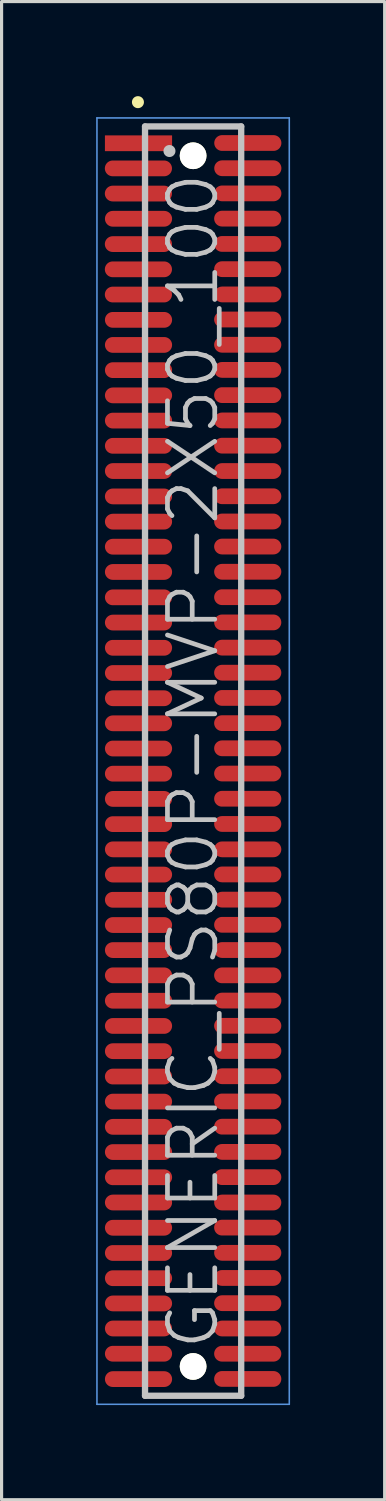
<source format=kicad_pcb>
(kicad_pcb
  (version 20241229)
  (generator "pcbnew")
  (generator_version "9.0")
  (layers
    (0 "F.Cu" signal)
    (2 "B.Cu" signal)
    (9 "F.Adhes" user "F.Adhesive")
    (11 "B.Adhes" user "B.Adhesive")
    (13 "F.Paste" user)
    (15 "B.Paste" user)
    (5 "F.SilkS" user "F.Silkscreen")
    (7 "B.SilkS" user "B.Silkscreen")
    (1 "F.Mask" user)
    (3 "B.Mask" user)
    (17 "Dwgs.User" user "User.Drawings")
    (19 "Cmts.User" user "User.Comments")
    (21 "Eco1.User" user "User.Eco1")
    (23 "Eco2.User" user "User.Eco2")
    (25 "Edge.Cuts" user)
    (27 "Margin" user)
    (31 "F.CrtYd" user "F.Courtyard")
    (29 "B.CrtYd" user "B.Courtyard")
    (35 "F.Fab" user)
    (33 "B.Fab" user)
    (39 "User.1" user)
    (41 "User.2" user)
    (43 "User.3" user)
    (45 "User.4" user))
  (footprint "GENERIC_PS80P-MVP-2X50_100"
    (layer "F.Cu")
    (at 3.075 21.09)
    (property "Reference" "GENERIC_PS80P-MVP-2X50_100" (at 0 0 90) (layer "Dwgs.User") (effects (font (size 1.5 1.5) (thickness 0.15))))
    (attr smd)
    (fp_line (start -1.75 -20.9) (end -1.75 -20.9) (stroke (width 0.381) (type solid)) (layer "F.SilkS"))
    (fp_line (start -1.525 -20.13) (end -1.525 20.13) (stroke (width 0.2) (type solid)) (layer "Dwgs.User"))
    (fp_line (start -1.525 -20.13) (end 1.525 -20.13) (stroke (width 0.2) (type solid)) (layer "Dwgs.User"))
    (fp_line (start -1.525 20.13) (end 1.525 20.13) (stroke (width 0.2) (type solid)) (layer "Dwgs.User"))
    (fp_line (start -0.75 -19.35) (end -0.75 -19.35) (stroke (width 0.381) (type solid)) (layer "Dwgs.User"))
    (fp_line (start 1.525 -20.13) (end 1.525 20.13) (stroke (width 0.2) (type solid)) (layer "Dwgs.User"))
    (fp_line (start -3.05 -20.4) (end -3.05 20.4) (stroke (width 0.05) (type solid)) (layer "Cmts.User"))
    (fp_line (start -3.05 -20.4) (end 3.05 -20.4) (stroke (width 0.05) (type solid)) (layer "Cmts.User"))
    (fp_line (start -3.05 20.4) (end 3.05 20.4) (stroke (width 0.05) (type solid)) (layer "Cmts.User"))
    (fp_line (start 3.05 -20.4) (end 3.05 20.4) (stroke (width 0.05) (type solid)) (layer "Cmts.User"))
    (pad "" np_thru_hole circle (at 0 -19.2 270) (size 0.848 0.848) (drill 0.848) (layers "*.Cu" "*.Mask" "F.SilkS"))
    (pad "" np_thru_hole circle (at 0 19.2 270) (size 0.848 0.848) (drill 0.848) (layers "*.Cu" "*.Mask" "F.SilkS"))
    (pad "1" smd rect (at -1.732 -19.596 270) (size 0.5 2.13) (layers "F.Cu" "F.Mask" "F.Paste"))
    (pad "2" smd oval (at 1.735 -19.604 270) (size 0.5 2.13) (layers "F.Cu" "F.Mask" "F.Paste"))
    (pad "3" smd oval (at -1.735 -18.799 270) (size 0.5 2.13) (layers "F.Cu" "F.Mask" "F.Paste"))
    (pad "4" smd oval (at 1.735 -18.804 270) (size 0.5 2.13) (layers "F.Cu" "F.Mask" "F.Paste"))
    (pad "5" smd oval (at -1.735 -18.001 270) (size 0.5 2.13) (layers "F.Cu" "F.Mask" "F.Paste"))
    (pad "6" smd oval (at 1.735 -18.006 270) (size 0.5 2.13) (layers "F.Cu" "F.Mask" "F.Paste"))
    (pad "7" smd oval (at -1.732 -17.201 270) (size 0.5 2.13) (layers "F.Cu" "F.Mask" "F.Paste"))
    (pad "8" smd oval (at 1.732 -17.206 270) (size 0.5 2.13) (layers "F.Cu" "F.Mask" "F.Paste"))
    (pad "9" smd oval (at -1.735 -16.398 270) (size 0.5 2.13) (layers "F.Cu" "F.Mask" "F.Paste"))
    (pad "10" smd oval (at 1.732 -16.403 270) (size 0.5 2.13) (layers "F.Cu" "F.Mask" "F.Paste"))
    (pad "11" smd oval (at -1.735 -15.598 270) (size 0.5 2.13) (layers "F.Cu" "F.Mask" "F.Paste"))
    (pad "12" smd oval (at 1.732 -15.603 270) (size 0.5 2.13) (layers "F.Cu" "F.Mask" "F.Paste"))
    (pad "13" smd oval (at -1.735 -14.798 270) (size 0.5 2.13) (layers "F.Cu" "F.Mask" "F.Paste"))
    (pad "14" smd oval (at 1.735 -14.801 270) (size 0.5 2.13) (layers "F.Cu" "F.Mask" "F.Paste"))
    (pad "15" smd oval (at -1.732 -13.995 270) (size 0.5 2.13) (layers "F.Cu" "F.Mask" "F.Paste"))
    (pad "16" smd oval (at 1.732 -14.006 270) (size 0.5 2.13) (layers "F.Cu" "F.Mask" "F.Paste"))
    (pad "17" smd oval (at -1.732 -13.2 270) (size 0.5 2.13) (layers "F.Cu" "F.Mask" "F.Paste"))
    (pad "18" smd oval (at 1.732 -13.205 270) (size 0.5 2.13) (layers "F.Cu" "F.Mask" "F.Paste"))
    (pad "19" smd oval (at -1.732 -12.4 270) (size 0.5 2.13) (layers "F.Cu" "F.Mask" "F.Paste"))
    (pad "20" smd oval (at 1.732 -12.408 270) (size 0.5 2.13) (layers "F.Cu" "F.Mask" "F.Paste"))
    (pad "21" smd oval (at -1.732 -11.6 270) (size 0.5 2.13) (layers "F.Cu" "F.Mask" "F.Paste"))
    (pad "22" smd oval (at 1.732 -11.608 270) (size 0.5 2.13) (layers "F.Cu" "F.Mask" "F.Paste"))
    (pad "23" smd oval (at -1.732 -10.8 270) (size 0.5 2.13) (layers "F.Cu" "F.Mask" "F.Paste"))
    (pad "24" smd oval (at 1.732 -10.805 270) (size 0.5 2.13) (layers "F.Cu" "F.Mask" "F.Paste"))
    (pad "25" smd oval (at -1.732 -10 270) (size 0.5 2.13) (layers "F.Cu" "F.Mask" "F.Paste"))
    (pad "26" smd oval (at 1.732 -10.005 270) (size 0.5 2.13) (layers "F.Cu" "F.Mask" "F.Paste"))
    (pad "27" smd oval (at -1.732 -9.2 270) (size 0.5 2.13) (layers "F.Cu" "F.Mask" "F.Paste"))
    (pad "28" smd oval (at 1.732 -9.2 270) (size 0.5 2.13) (layers "F.Cu" "F.Mask" "F.Paste"))
    (pad "29" smd oval (at -1.732 -8.395 270) (size 0.5 2.13) (layers "F.Cu" "F.Mask" "F.Paste"))
    (pad "30" smd oval (at 1.732 -8.4 270) (size 0.5 2.13) (layers "F.Cu" "F.Mask" "F.Paste"))
    (pad "31" smd oval (at -1.732 -7.595 270) (size 0.5 2.13) (layers "F.Cu" "F.Mask" "F.Paste"))
    (pad "32" smd oval (at 1.732 -7.6 270) (size 0.5 2.13) (layers "F.Cu" "F.Mask" "F.Paste"))
    (pad "33" smd oval (at -1.732 -6.8 270) (size 0.5 2.13) (layers "F.Cu" "F.Mask" "F.Paste"))
    (pad "34" smd oval (at 1.732 -6.805 270) (size 0.5 2.13) (layers "F.Cu" "F.Mask" "F.Paste"))
    (pad "35" smd oval (at -1.732 -5.999 270) (size 0.5 2.13) (layers "F.Cu" "F.Mask" "F.Paste"))
    (pad "36" smd oval (at 1.732 -6.005 270) (size 0.5 2.13) (layers "F.Cu" "F.Mask" "F.Paste"))
    (pad "37" smd oval (at -1.732 -5.194 270) (size 0.5 2.13) (layers "F.Cu" "F.Mask" "F.Paste"))
    (pad "38" smd oval (at 1.732 -5.199 270) (size 0.5 2.13) (layers "F.Cu" "F.Mask" "F.Paste"))
    (pad "39" smd oval (at -1.732 -4.394 270) (size 0.5 2.13) (layers "F.Cu" "F.Mask" "F.Paste"))
    (pad "40" smd oval (at 1.732 -4.399 270) (size 0.5 2.13) (layers "F.Cu" "F.Mask" "F.Paste"))
    (pad "41" smd oval (at -1.732 -3.594 270) (size 0.5 2.13) (layers "F.Cu" "F.Mask" "F.Paste"))
    (pad "42" smd oval (at 1.732 -3.599 270) (size 0.5 2.13) (layers "F.Cu" "F.Mask" "F.Paste"))
    (pad "43" smd oval (at -1.732 -2.794 270) (size 0.5 2.13) (layers "F.Cu" "F.Mask" "F.Paste"))
    (pad "44" smd oval (at 1.732 -2.804 270) (size 0.5 2.13) (layers "F.Cu" "F.Mask" "F.Paste"))
    (pad "45" smd oval (at -1.732 -1.994 270) (size 0.5 2.13) (layers "F.Cu" "F.Mask" "F.Paste"))
    (pad "46" smd oval (at 1.732 -2.004 270) (size 0.5 2.13) (layers "F.Cu" "F.Mask" "F.Paste"))
    (pad "47" smd oval (at -1.732 -1.199 270) (size 0.5 2.13) (layers "F.Cu" "F.Mask" "F.Paste"))
    (pad "48" smd oval (at 1.732 -1.204 270) (size 0.5 2.13) (layers "F.Cu" "F.Mask" "F.Paste"))
    (pad "49" smd oval (at -1.732 -0.399 270) (size 0.5 2.13) (layers "F.Cu" "F.Mask" "F.Paste"))
    (pad "50" smd oval (at 1.732 -0.406 270) (size 0.5 2.13) (layers "F.Cu" "F.Mask" "F.Paste"))
    (pad "51" smd oval (at -1.732 0.399 270) (size 0.5 2.13) (layers "F.Cu" "F.Mask" "F.Paste"))
    (pad "52" smd oval (at 1.732 0.394 270) (size 0.5 2.13) (layers "F.Cu" "F.Mask" "F.Paste"))
    (pad "53" smd oval (at -1.732 1.199 270) (size 0.5 2.13) (layers "F.Cu" "F.Mask" "F.Paste"))
    (pad "54" smd oval (at 1.732 1.194 270) (size 0.5 2.13) (layers "F.Cu" "F.Mask" "F.Paste"))
    (pad "55" smd oval (at -1.732 1.999 270) (size 0.5 2.13) (layers "F.Cu" "F.Mask" "F.Paste"))
    (pad "56" smd oval (at 1.732 1.994 270) (size 0.5 2.13) (layers "F.Cu" "F.Mask" "F.Paste"))
    (pad "57" smd oval (at -1.732 2.799 270) (size 0.5 2.13) (layers "F.Cu" "F.Mask" "F.Paste"))
    (pad "58" smd oval (at 1.732 2.799 270) (size 0.5 2.13) (layers "F.Cu" "F.Mask" "F.Paste"))
    (pad "59" smd oval (at -1.732 3.599 270) (size 0.5 2.13) (layers "F.Cu" "F.Mask" "F.Paste"))
    (pad "60" smd oval (at 1.732 3.594 270) (size 0.5 2.13) (layers "F.Cu" "F.Mask" "F.Paste"))
    (pad "61" smd oval (at -1.732 4.399 270) (size 0.5 2.13) (layers "F.Cu" "F.Mask" "F.Paste"))
    (pad "62" smd oval (at 1.732 4.394 270) (size 0.5 2.13) (layers "F.Cu" "F.Mask" "F.Paste"))
    (pad "63" smd oval (at -1.732 5.199 270) (size 0.5 2.13) (layers "F.Cu" "F.Mask" "F.Paste"))
    (pad "64" smd oval (at 1.732 5.192 270) (size 0.5 2.13) (layers "F.Cu" "F.Mask" "F.Paste"))
    (pad "65" smd oval (at -1.732 5.994 270) (size 0.5 2.13) (layers "F.Cu" "F.Mask" "F.Paste"))
    (pad "66" smd oval (at 1.732 5.992 270) (size 0.5 2.13) (layers "F.Cu" "F.Mask" "F.Paste"))
    (pad "67" smd oval (at -1.732 6.795 270) (size 0.5 2.13) (layers "F.Cu" "F.Mask" "F.Paste"))
    (pad "68" smd oval (at 1.732 6.795 270) (size 0.5 2.13) (layers "F.Cu" "F.Mask" "F.Paste"))
    (pad "69" smd oval (at -1.732 7.6 270) (size 0.5 2.13) (layers "F.Cu" "F.Mask" "F.Paste"))
    (pad "70" smd oval (at 1.732 7.595 270) (size 0.5 2.13) (layers "F.Cu" "F.Mask" "F.Paste"))
    (pad "71" smd oval (at -1.732 8.4 270) (size 0.5 2.13) (layers "F.Cu" "F.Mask" "F.Paste"))
    (pad "72" smd oval (at 1.732 8.395 270) (size 0.5 2.13) (layers "F.Cu" "F.Mask" "F.Paste"))
    (pad "73" smd oval (at -1.732 9.2 270) (size 0.5 2.13) (layers "F.Cu" "F.Mask" "F.Paste"))
    (pad "74" smd oval (at 1.732 9.195 270) (size 0.5 2.13) (layers "F.Cu" "F.Mask" "F.Paste"))
    (pad "75" smd oval (at -1.732 10.005 270) (size 0.5 2.13) (layers "F.Cu" "F.Mask" "F.Paste"))
    (pad "76" smd oval (at 1.732 9.995 270) (size 0.5 2.13) (layers "F.Cu" "F.Mask" "F.Paste"))
    (pad "77" smd oval (at -1.732 10.8 270) (size 0.5 2.13) (layers "F.Cu" "F.Mask" "F.Paste"))
    (pad "78" smd oval (at 1.732 10.795 270) (size 0.5 2.13) (layers "F.Cu" "F.Mask" "F.Paste"))
    (pad "79" smd oval (at -1.732 11.6 270) (size 0.5 2.13) (layers "F.Cu" "F.Mask" "F.Paste"))
    (pad "80" smd oval (at 1.732 11.595 270) (size 0.5 2.13) (layers "F.Cu" "F.Mask" "F.Paste"))
    (pad "81" smd oval (at -1.732 12.4 270) (size 0.5 2.13) (layers "F.Cu" "F.Mask" "F.Paste"))
    (pad "82" smd oval (at 1.732 12.395 270) (size 0.5 2.13) (layers "F.Cu" "F.Mask" "F.Paste"))
    (pad "83" smd oval (at -1.732 13.2 270) (size 0.5 2.13) (layers "F.Cu" "F.Mask" "F.Paste"))
    (pad "84" smd oval (at 1.732 13.195 270) (size 0.5 2.13) (layers "F.Cu" "F.Mask" "F.Paste"))
    (pad "85" smd oval (at -1.732 14 270) (size 0.5 2.13) (layers "F.Cu" "F.Mask" "F.Paste"))
    (pad "86" smd oval (at 1.732 14 270) (size 0.5 2.13) (layers "F.Cu" "F.Mask" "F.Paste"))
    (pad "87" smd oval (at -1.732 14.801 270) (size 0.5 2.13) (layers "F.Cu" "F.Mask" "F.Paste"))
    (pad "88" smd oval (at 1.732 14.796 270) (size 0.5 2.13) (layers "F.Cu" "F.Mask" "F.Paste"))
    (pad "89" smd oval (at -1.732 15.601 270) (size 0.5 2.13) (layers "F.Cu" "F.Mask" "F.Paste"))
    (pad "90" smd oval (at 1.732 15.596 270) (size 0.5 2.13) (layers "F.Cu" "F.Mask" "F.Paste"))
    (pad "91" smd oval (at -1.732 16.401 270) (size 0.5 2.13) (layers "F.Cu" "F.Mask" "F.Paste"))
    (pad "92" smd oval (at 1.732 16.393 270) (size 0.5 2.13) (layers "F.Cu" "F.Mask" "F.Paste"))
    (pad "93" smd oval (at -1.732 17.201 270) (size 0.5 2.13) (layers "F.Cu" "F.Mask" "F.Paste"))
    (pad "94" smd oval (at 1.732 17.193 270) (size 0.5 2.13) (layers "F.Cu" "F.Mask" "F.Paste"))
    (pad "95" smd oval (at -1.732 17.996 270) (size 0.5 2.13) (layers "F.Cu" "F.Mask" "F.Paste"))
    (pad "96" smd oval (at 1.732 17.996 270) (size 0.5 2.13) (layers "F.Cu" "F.Mask" "F.Paste"))
    (pad "97" smd oval (at -1.732 18.796 270) (size 0.5 2.13) (layers "F.Cu" "F.Mask" "F.Paste"))
    (pad "98" smd oval (at 1.732 18.796 270) (size 0.5 2.13) (layers "F.Cu" "F.Mask" "F.Paste"))
    (pad "99" smd oval (at -1.732 19.601 270) (size 0.5 2.13) (layers "F.Cu" "F.Mask" "F.Paste"))
    (pad "100" smd oval (at 1.732 19.596 270) (size 0.5 2.13) (layers "F.Cu" "F.Mask" "F.Paste")))
  (gr_rect
    (start -3 -3)
    (end 9.15 44.516)
    (stroke (width 0.1) (type default))
    (fill no)
    (layer "Edge.Cuts")))
</source>
